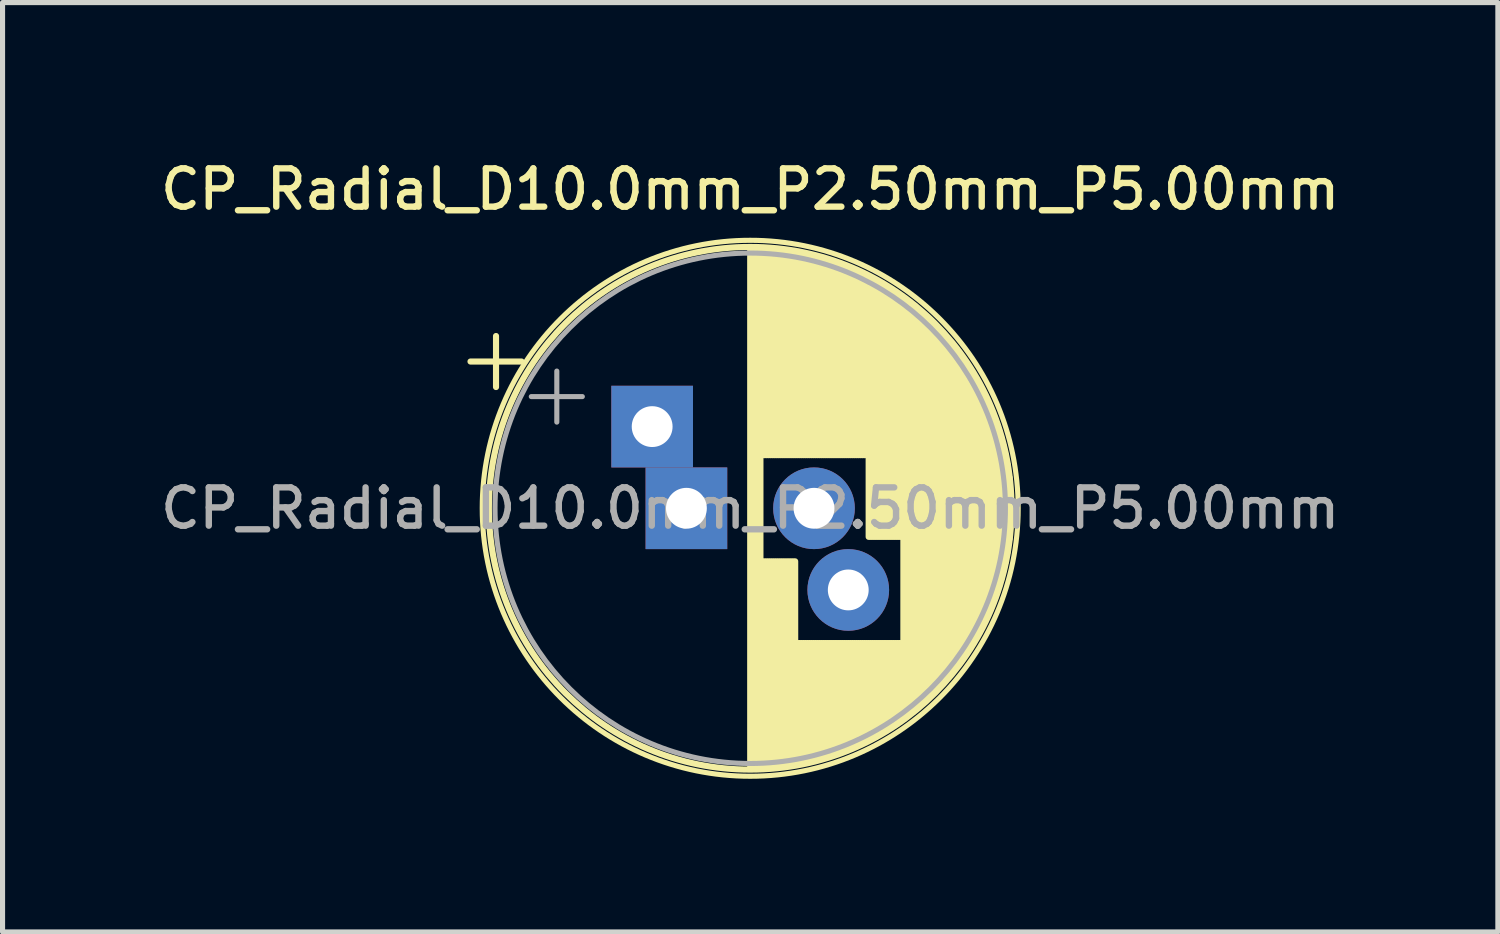
<source format=kicad_pcb>
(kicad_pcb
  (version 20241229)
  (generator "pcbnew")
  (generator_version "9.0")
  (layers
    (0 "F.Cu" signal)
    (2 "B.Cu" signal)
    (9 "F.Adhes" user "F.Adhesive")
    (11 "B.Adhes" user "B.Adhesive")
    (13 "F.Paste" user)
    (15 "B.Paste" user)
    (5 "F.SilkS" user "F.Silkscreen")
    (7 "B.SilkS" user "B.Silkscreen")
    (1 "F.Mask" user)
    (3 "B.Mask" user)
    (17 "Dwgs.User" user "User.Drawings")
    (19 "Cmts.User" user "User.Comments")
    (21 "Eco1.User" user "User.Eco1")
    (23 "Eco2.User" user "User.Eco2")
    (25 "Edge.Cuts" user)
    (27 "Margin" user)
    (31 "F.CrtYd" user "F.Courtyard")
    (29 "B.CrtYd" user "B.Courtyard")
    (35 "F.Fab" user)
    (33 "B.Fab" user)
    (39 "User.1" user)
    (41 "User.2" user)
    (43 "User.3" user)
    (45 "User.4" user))
  (footprint "CP_Radial_D10.0mm_P2.50mm_P5.00mm"
    (layer "F.Cu")
    (at 10.398 6.908)
    (property "Reference" "CP_Radial_D10.0mm_P2.50mm_P5.00mm" (at 1.25 -6.25 0) (layer "F.SilkS") (effects (font (size 0.75 0.75) (thickness 0.125))))
    (attr through_hole)
    (fp_line (start -4.23 -2.875) (end -3.23 -2.875) (stroke (width 0.12) (type solid)) (layer "F.SilkS"))
    (fp_line (start -3.73 -3.375) (end -3.73 -2.375) (stroke (width 0.12) (type solid)) (layer "F.SilkS"))
    (fp_line (start 1.25 -5.08) (end 1.25 5.08) (stroke (width 0.12) (type solid)) (layer "F.SilkS"))
    (fp_line (start 1.29 -5.08) (end 1.29 5.08) (stroke (width 0.12) (type solid)) (layer "F.SilkS"))
    (fp_line (start 1.33 -5.08) (end 1.33 5.08) (stroke (width 0.12) (type solid)) (layer "F.SilkS"))
    (fp_line (start 1.37 -5.079) (end 1.37 5.079) (stroke (width 0.12) (type solid)) (layer "F.SilkS"))
    (fp_line (start 1.41 -5.078) (end 1.41 5.078) (stroke (width 0.12) (type solid)) (layer "F.SilkS"))
    (fp_line (start 1.45 -5.077) (end 1.45 5.077) (stroke (width 0.12) (type solid)) (layer "F.SilkS"))
    (fp_line (start 1.49 -5.075) (end 1.49 -1.04) (stroke (width 0.12) (type solid)) (layer "F.SilkS"))
    (fp_line (start 1.49 1.04) (end 1.49 5.075) (stroke (width 0.12) (type solid)) (layer "F.SilkS"))
    (fp_line (start 1.53 -5.073) (end 1.53 -1.04) (stroke (width 0.12) (type solid)) (layer "F.SilkS"))
    (fp_line (start 1.53 1.04) (end 1.53 5.073) (stroke (width 0.12) (type solid)) (layer "F.SilkS"))
    (fp_line (start 1.57 -5.07) (end 1.57 -1.04) (stroke (width 0.12) (type solid)) (layer "F.SilkS"))
    (fp_line (start 1.57 1.04) (end 1.57 5.07) (stroke (width 0.12) (type solid)) (layer "F.SilkS"))
    (fp_line (start 1.61 -5.068) (end 1.61 -1.04) (stroke (width 0.12) (type solid)) (layer "F.SilkS"))
    (fp_line (start 1.61 1.04) (end 1.61 5.068) (stroke (width 0.12) (type solid)) (layer "F.SilkS"))
    (fp_line (start 1.65 -5.065) (end 1.65 -1.04) (stroke (width 0.12) (type solid)) (layer "F.SilkS"))
    (fp_line (start 1.65 1.04) (end 1.65 5.065) (stroke (width 0.12) (type solid)) (layer "F.SilkS"))
    (fp_line (start 1.69 -5.062) (end 1.69 -1.04) (stroke (width 0.12) (type solid)) (layer "F.SilkS"))
    (fp_line (start 1.69 1.04) (end 1.69 5.062) (stroke (width 0.12) (type solid)) (layer "F.SilkS"))
    (fp_line (start 1.73 -5.058) (end 1.73 -1.04) (stroke (width 0.12) (type solid)) (layer "F.SilkS"))
    (fp_line (start 1.73 1.04) (end 1.73 5.058) (stroke (width 0.12) (type solid)) (layer "F.SilkS"))
    (fp_line (start 1.77 -5.054) (end 1.77 -1.04) (stroke (width 0.12) (type solid)) (layer "F.SilkS"))
    (fp_line (start 1.77 1.04) (end 1.77 5.054) (stroke (width 0.12) (type solid)) (layer "F.SilkS"))
    (fp_line (start 1.81 -5.05) (end 1.81 -1.04) (stroke (width 0.12) (type solid)) (layer "F.SilkS"))
    (fp_line (start 1.81 1.04) (end 1.81 5.05) (stroke (width 0.12) (type solid)) (layer "F.SilkS"))
    (fp_line (start 1.85 -5.045) (end 1.85 -1.04) (stroke (width 0.12) (type solid)) (layer "F.SilkS"))
    (fp_line (start 1.85 1.04) (end 1.85 5.045) (stroke (width 0.12) (type solid)) (layer "F.SilkS"))
    (fp_line (start 1.89 -5.04) (end 1.89 -1.04) (stroke (width 0.12) (type solid)) (layer "F.SilkS"))
    (fp_line (start 1.89 1.04) (end 1.89 5.04) (stroke (width 0.12) (type solid)) (layer "F.SilkS"))
    (fp_line (start 1.93 -5.035) (end 1.93 -1.04) (stroke (width 0.12) (type solid)) (layer "F.SilkS"))
    (fp_line (start 1.93 1.04) (end 1.93 5.035) (stroke (width 0.12) (type solid)) (layer "F.SilkS"))
    (fp_line (start 1.971 -5.03) (end 1.971 -1.04) (stroke (width 0.12) (type solid)) (layer "F.SilkS"))
    (fp_line (start 1.971 1.04) (end 1.971 5.03) (stroke (width 0.12) (type solid)) (layer "F.SilkS"))
    (fp_line (start 2.011 -5.024) (end 2.011 -1.04) (stroke (width 0.12) (type solid)) (layer "F.SilkS"))
    (fp_line (start 2.011 1.04) (end 2.011 5.024) (stroke (width 0.12) (type solid)) (layer "F.SilkS"))
    (fp_line (start 2.051 -5.018) (end 2.051 -1.04) (stroke (width 0.12) (type solid)) (layer "F.SilkS"))
    (fp_line (start 2.051 1.04) (end 2.051 5.018) (stroke (width 0.12) (type solid)) (layer "F.SilkS"))
    (fp_line (start 2.091 -5.011) (end 2.091 -1.04) (stroke (width 0.12) (type solid)) (layer "F.SilkS"))
    (fp_line (start 2.091 1.04) (end 2.091 5.011) (stroke (width 0.12) (type solid)) (layer "F.SilkS"))
    (fp_line (start 2.131 -5.004) (end 2.131 -1.04) (stroke (width 0.12) (type solid)) (layer "F.SilkS"))
    (fp_line (start 2.131 1.04) (end 2.131 5.004) (stroke (width 0.12) (type solid)) (layer "F.SilkS"))
    (fp_line (start 2.171 -4.997) (end 2.171 -1.04) (stroke (width 0.12) (type solid)) (layer "F.SilkS"))
    (fp_line (start 2.171 2.64) (end 2.171 4.997) (stroke (width 0.12) (type solid)) (layer "F.SilkS"))
    (fp_line (start 2.211 -4.99) (end 2.211 -1.04) (stroke (width 0.12) (type solid)) (layer "F.SilkS"))
    (fp_line (start 2.211 2.64) (end 2.211 4.99) (stroke (width 0.12) (type solid)) (layer "F.SilkS"))
    (fp_line (start 2.251 -4.982) (end 2.251 -1.04) (stroke (width 0.12) (type solid)) (layer "F.SilkS"))
    (fp_line (start 2.251 2.64) (end 2.251 4.982) (stroke (width 0.12) (type solid)) (layer "F.SilkS"))
    (fp_line (start 2.291 -4.974) (end 2.291 -1.04) (stroke (width 0.12) (type solid)) (layer "F.SilkS"))
    (fp_line (start 2.291 2.64) (end 2.291 4.974) (stroke (width 0.12) (type solid)) (layer "F.SilkS"))
    (fp_line (start 2.331 -4.965) (end 2.331 -1.04) (stroke (width 0.12) (type solid)) (layer "F.SilkS"))
    (fp_line (start 2.331 2.64) (end 2.331 4.965) (stroke (width 0.12) (type solid)) (layer "F.SilkS"))
    (fp_line (start 2.371 -4.956) (end 2.371 -1.04) (stroke (width 0.12) (type solid)) (layer "F.SilkS"))
    (fp_line (start 2.371 2.64) (end 2.371 4.956) (stroke (width 0.12) (type solid)) (layer "F.SilkS"))
    (fp_line (start 2.411 -4.947) (end 2.411 -1.04) (stroke (width 0.12) (type solid)) (layer "F.SilkS"))
    (fp_line (start 2.411 2.64) (end 2.411 4.947) (stroke (width 0.12) (type solid)) (layer "F.SilkS"))
    (fp_line (start 2.451 -4.938) (end 2.451 -1.04) (stroke (width 0.12) (type solid)) (layer "F.SilkS"))
    (fp_line (start 2.451 2.64) (end 2.451 4.938) (stroke (width 0.12) (type solid)) (layer "F.SilkS"))
    (fp_line (start 2.491 -4.928) (end 2.491 -1.04) (stroke (width 0.12) (type solid)) (layer "F.SilkS"))
    (fp_line (start 2.491 2.64) (end 2.491 4.928) (stroke (width 0.12) (type solid)) (layer "F.SilkS"))
    (fp_line (start 2.531 -4.918) (end 2.531 -1.04) (stroke (width 0.12) (type solid)) (layer "F.SilkS"))
    (fp_line (start 2.531 2.64) (end 2.531 4.918) (stroke (width 0.12) (type solid)) (layer "F.SilkS"))
    (fp_line (start 2.571 -4.907) (end 2.571 -1.04) (stroke (width 0.12) (type solid)) (layer "F.SilkS"))
    (fp_line (start 2.571 2.64) (end 2.571 4.907) (stroke (width 0.12) (type solid)) (layer "F.SilkS"))
    (fp_line (start 2.611 -4.897) (end 2.611 -1.04) (stroke (width 0.12) (type solid)) (layer "F.SilkS"))
    (fp_line (start 2.611 2.64) (end 2.611 4.897) (stroke (width 0.12) (type solid)) (layer "F.SilkS"))
    (fp_line (start 2.651 -4.885) (end 2.651 -1.04) (stroke (width 0.12) (type solid)) (layer "F.SilkS"))
    (fp_line (start 2.651 2.64) (end 2.651 4.885) (stroke (width 0.12) (type solid)) (layer "F.SilkS"))
    (fp_line (start 2.691 -4.874) (end 2.691 -1.04) (stroke (width 0.12) (type solid)) (layer "F.SilkS"))
    (fp_line (start 2.691 2.64) (end 2.691 4.874) (stroke (width 0.12) (type solid)) (layer "F.SilkS"))
    (fp_line (start 2.731 -4.862) (end 2.731 -1.04) (stroke (width 0.12) (type solid)) (layer "F.SilkS"))
    (fp_line (start 2.731 2.64) (end 2.731 4.862) (stroke (width 0.12) (type solid)) (layer "F.SilkS"))
    (fp_line (start 2.771 -4.85) (end 2.771 -1.04) (stroke (width 0.12) (type solid)) (layer "F.SilkS"))
    (fp_line (start 2.771 2.64) (end 2.771 4.85) (stroke (width 0.12) (type solid)) (layer "F.SilkS"))
    (fp_line (start 2.811 -4.837) (end 2.811 -1.04) (stroke (width 0.12) (type solid)) (layer "F.SilkS"))
    (fp_line (start 2.811 2.64) (end 2.811 4.837) (stroke (width 0.12) (type solid)) (layer "F.SilkS"))
    (fp_line (start 2.851 -4.824) (end 2.851 -1.04) (stroke (width 0.12) (type solid)) (layer "F.SilkS"))
    (fp_line (start 2.851 2.64) (end 2.851 4.824) (stroke (width 0.12) (type solid)) (layer "F.SilkS"))
    (fp_line (start 2.891 -4.811) (end 2.891 -1.04) (stroke (width 0.12) (type solid)) (layer "F.SilkS"))
    (fp_line (start 2.891 2.64) (end 2.891 4.811) (stroke (width 0.12) (type solid)) (layer "F.SilkS"))
    (fp_line (start 2.931 -4.797) (end 2.931 -1.04) (stroke (width 0.12) (type solid)) (layer "F.SilkS"))
    (fp_line (start 2.931 2.64) (end 2.931 4.797) (stroke (width 0.12) (type solid)) (layer "F.SilkS"))
    (fp_line (start 2.971 -4.783) (end 2.971 -1.04) (stroke (width 0.12) (type solid)) (layer "F.SilkS"))
    (fp_line (start 2.971 2.64) (end 2.971 4.783) (stroke (width 0.12) (type solid)) (layer "F.SilkS"))
    (fp_line (start 3.011 -4.768) (end 3.011 -1.04) (stroke (width 0.12) (type solid)) (layer "F.SilkS"))
    (fp_line (start 3.011 2.64) (end 3.011 4.768) (stroke (width 0.12) (type solid)) (layer "F.SilkS"))
    (fp_line (start 3.051 -4.754) (end 3.051 -1.04) (stroke (width 0.12) (type solid)) (layer "F.SilkS"))
    (fp_line (start 3.051 2.64) (end 3.051 4.754) (stroke (width 0.12) (type solid)) (layer "F.SilkS"))
    (fp_line (start 3.091 -4.738) (end 3.091 -1.04) (stroke (width 0.12) (type solid)) (layer "F.SilkS"))
    (fp_line (start 3.091 2.64) (end 3.091 4.738) (stroke (width 0.12) (type solid)) (layer "F.SilkS"))
    (fp_line (start 3.131 -4.723) (end 3.131 -1.04) (stroke (width 0.12) (type solid)) (layer "F.SilkS"))
    (fp_line (start 3.131 2.64) (end 3.131 4.723) (stroke (width 0.12) (type solid)) (layer "F.SilkS"))
    (fp_line (start 3.171 -4.707) (end 3.171 -1.04) (stroke (width 0.12) (type solid)) (layer "F.SilkS"))
    (fp_line (start 3.171 2.64) (end 3.171 4.707) (stroke (width 0.12) (type solid)) (layer "F.SilkS"))
    (fp_line (start 3.211 -4.69) (end 3.211 -1.04) (stroke (width 0.12) (type solid)) (layer "F.SilkS"))
    (fp_line (start 3.211 2.64) (end 3.211 4.69) (stroke (width 0.12) (type solid)) (layer "F.SilkS"))
    (fp_line (start 3.251 -4.674) (end 3.251 -1.04) (stroke (width 0.12) (type solid)) (layer "F.SilkS"))
    (fp_line (start 3.251 2.64) (end 3.251 4.674) (stroke (width 0.12) (type solid)) (layer "F.SilkS"))
    (fp_line (start 3.291 -4.657) (end 3.291 -1.04) (stroke (width 0.12) (type solid)) (layer "F.SilkS"))
    (fp_line (start 3.291 2.64) (end 3.291 4.657) (stroke (width 0.12) (type solid)) (layer "F.SilkS"))
    (fp_line (start 3.331 -4.639) (end 3.331 -1.04) (stroke (width 0.12) (type solid)) (layer "F.SilkS"))
    (fp_line (start 3.331 2.64) (end 3.331 4.639) (stroke (width 0.12) (type solid)) (layer "F.SilkS"))
    (fp_line (start 3.371 -4.621) (end 3.371 -1.04) (stroke (width 0.12) (type solid)) (layer "F.SilkS"))
    (fp_line (start 3.371 2.64) (end 3.371 4.621) (stroke (width 0.12) (type solid)) (layer "F.SilkS"))
    (fp_line (start 3.411 -4.603) (end 3.411 -1.04) (stroke (width 0.12) (type solid)) (layer "F.SilkS"))
    (fp_line (start 3.411 2.64) (end 3.411 4.603) (stroke (width 0.12) (type solid)) (layer "F.SilkS"))
    (fp_line (start 3.451 -4.584) (end 3.451 -1.04) (stroke (width 0.12) (type solid)) (layer "F.SilkS"))
    (fp_line (start 3.451 2.64) (end 3.451 4.584) (stroke (width 0.12) (type solid)) (layer "F.SilkS"))
    (fp_line (start 3.491 -4.564) (end 3.491 -1.04) (stroke (width 0.12) (type solid)) (layer "F.SilkS"))
    (fp_line (start 3.491 2.64) (end 3.491 4.564) (stroke (width 0.12) (type solid)) (layer "F.SilkS"))
    (fp_line (start 3.531 -4.545) (end 3.531 -1.04) (stroke (width 0.12) (type solid)) (layer "F.SilkS"))
    (fp_line (start 3.531 2.64) (end 3.531 4.545) (stroke (width 0.12) (type solid)) (layer "F.SilkS"))
    (fp_line (start 3.571 -4.525) (end 3.571 0.56) (stroke (width 0.12) (type solid)) (layer "F.SilkS"))
    (fp_line (start 3.571 2.64) (end 3.571 4.525) (stroke (width 0.12) (type solid)) (layer "F.SilkS"))
    (fp_line (start 3.611 -4.504) (end 3.611 0.56) (stroke (width 0.12) (type solid)) (layer "F.SilkS"))
    (fp_line (start 3.611 2.64) (end 3.611 4.504) (stroke (width 0.12) (type solid)) (layer "F.SilkS"))
    (fp_line (start 3.651 -4.483) (end 3.651 0.56) (stroke (width 0.12) (type solid)) (layer "F.SilkS"))
    (fp_line (start 3.651 2.64) (end 3.651 4.483) (stroke (width 0.12) (type solid)) (layer "F.SilkS"))
    (fp_line (start 3.691 -4.462) (end 3.691 0.56) (stroke (width 0.12) (type solid)) (layer "F.SilkS"))
    (fp_line (start 3.691 2.64) (end 3.691 4.462) (stroke (width 0.12) (type solid)) (layer "F.SilkS"))
    (fp_line (start 3.731 -4.44) (end 3.731 0.56) (stroke (width 0.12) (type solid)) (layer "F.SilkS"))
    (fp_line (start 3.731 2.64) (end 3.731 4.44) (stroke (width 0.12) (type solid)) (layer "F.SilkS"))
    (fp_line (start 3.771 -4.417) (end 3.771 0.56) (stroke (width 0.12) (type solid)) (layer "F.SilkS"))
    (fp_line (start 3.771 2.64) (end 3.771 4.417) (stroke (width 0.12) (type solid)) (layer "F.SilkS"))
    (fp_line (start 3.811 -4.395) (end 3.811 0.56) (stroke (width 0.12) (type solid)) (layer "F.SilkS"))
    (fp_line (start 3.811 2.64) (end 3.811 4.395) (stroke (width 0.12) (type solid)) (layer "F.SilkS"))
    (fp_line (start 3.851 -4.371) (end 3.851 0.56) (stroke (width 0.12) (type solid)) (layer "F.SilkS"))
    (fp_line (start 3.851 2.64) (end 3.851 4.371) (stroke (width 0.12) (type solid)) (layer "F.SilkS"))
    (fp_line (start 3.891 -4.347) (end 3.891 0.56) (stroke (width 0.12) (type solid)) (layer "F.SilkS"))
    (fp_line (start 3.891 2.64) (end 3.891 4.347) (stroke (width 0.12) (type solid)) (layer "F.SilkS"))
    (fp_line (start 3.931 -4.323) (end 3.931 0.56) (stroke (width 0.12) (type solid)) (layer "F.SilkS"))
    (fp_line (start 3.931 2.64) (end 3.931 4.323) (stroke (width 0.12) (type solid)) (layer "F.SilkS"))
    (fp_line (start 3.971 -4.298) (end 3.971 0.56) (stroke (width 0.12) (type solid)) (layer "F.SilkS"))
    (fp_line (start 3.971 2.64) (end 3.971 4.298) (stroke (width 0.12) (type solid)) (layer "F.SilkS"))
    (fp_line (start 4.011 -4.273) (end 4.011 0.56) (stroke (width 0.12) (type solid)) (layer "F.SilkS"))
    (fp_line (start 4.011 2.64) (end 4.011 4.273) (stroke (width 0.12) (type solid)) (layer "F.SilkS"))
    (fp_line (start 4.051 -4.247) (end 4.051 0.56) (stroke (width 0.12) (type solid)) (layer "F.SilkS"))
    (fp_line (start 4.051 2.64) (end 4.051 4.247) (stroke (width 0.12) (type solid)) (layer "F.SilkS"))
    (fp_line (start 4.091 -4.221) (end 4.091 0.56) (stroke (width 0.12) (type solid)) (layer "F.SilkS"))
    (fp_line (start 4.091 2.64) (end 4.091 4.221) (stroke (width 0.12) (type solid)) (layer "F.SilkS"))
    (fp_line (start 4.131 -4.194) (end 4.131 0.56) (stroke (width 0.12) (type solid)) (layer "F.SilkS"))
    (fp_line (start 4.131 2.64) (end 4.131 4.194) (stroke (width 0.12) (type solid)) (layer "F.SilkS"))
    (fp_line (start 4.171 -4.166) (end 4.171 0.56) (stroke (width 0.12) (type solid)) (layer "F.SilkS"))
    (fp_line (start 4.171 2.64) (end 4.171 4.166) (stroke (width 0.12) (type solid)) (layer "F.SilkS"))
    (fp_line (start 4.211 -4.138) (end 4.211 0.56) (stroke (width 0.12) (type solid)) (layer "F.SilkS"))
    (fp_line (start 4.211 2.64) (end 4.211 4.138) (stroke (width 0.12) (type solid)) (layer "F.SilkS"))
    (fp_line (start 4.251 -4.11) (end 4.251 4.11) (stroke (width 0.12) (type solid)) (layer "F.SilkS"))
    (fp_line (start 4.291 -4.08) (end 4.291 4.08) (stroke (width 0.12) (type solid)) (layer "F.SilkS"))
    (fp_line (start 4.331 -4.05) (end 4.331 4.05) (stroke (width 0.12) (type solid)) (layer "F.SilkS"))
    (fp_line (start 4.371 -4.02) (end 4.371 4.02) (stroke (width 0.12) (type solid)) (layer "F.SilkS"))
    (fp_line (start 4.411 -3.989) (end 4.411 3.989) (stroke (width 0.12) (type solid)) (layer "F.SilkS"))
    (fp_line (start 4.451 -3.957) (end 4.451 3.957) (stroke (width 0.12) (type solid)) (layer "F.SilkS"))
    (fp_line (start 4.491 -3.925) (end 4.491 3.925) (stroke (width 0.12) (type solid)) (layer "F.SilkS"))
    (fp_line (start 4.531 -3.892) (end 4.531 3.892) (stroke (width 0.12) (type solid)) (layer "F.SilkS"))
    (fp_line (start 4.571 -3.858) (end 4.571 3.858) (stroke (width 0.12) (type solid)) (layer "F.SilkS"))
    (fp_line (start 4.611 -3.824) (end 4.611 3.824) (stroke (width 0.12) (type solid)) (layer "F.SilkS"))
    (fp_line (start 4.651 -3.789) (end 4.651 3.789) (stroke (width 0.12) (type solid)) (layer "F.SilkS"))
    (fp_line (start 4.691 -3.753) (end 4.691 3.753) (stroke (width 0.12) (type solid)) (layer "F.SilkS"))
    (fp_line (start 4.731 -3.716) (end 4.731 3.716) (stroke (width 0.12) (type solid)) (layer "F.SilkS"))
    (fp_line (start 4.771 -3.679) (end 4.771 3.679) (stroke (width 0.12) (type solid)) (layer "F.SilkS"))
    (fp_line (start 4.811 -3.64) (end 4.811 3.64) (stroke (width 0.12) (type solid)) (layer "F.SilkS"))
    (fp_line (start 4.851 -3.601) (end 4.851 3.601) (stroke (width 0.12) (type solid)) (layer "F.SilkS"))
    (fp_line (start 4.891 -3.561) (end 4.891 3.561) (stroke (width 0.12) (type solid)) (layer "F.SilkS"))
    (fp_line (start 4.931 -3.52) (end 4.931 3.52) (stroke (width 0.12) (type solid)) (layer "F.SilkS"))
    (fp_line (start 4.971 -3.478) (end 4.971 3.478) (stroke (width 0.12) (type solid)) (layer "F.SilkS"))
    (fp_line (start 5.011 -3.436) (end 5.011 3.436) (stroke (width 0.12) (type solid)) (layer "F.SilkS"))
    (fp_line (start 5.051 -3.392) (end 5.051 3.392) (stroke (width 0.12) (type solid)) (layer "F.SilkS"))
    (fp_line (start 5.091 -3.347) (end 5.091 3.347) (stroke (width 0.12) (type solid)) (layer "F.SilkS"))
    (fp_line (start 5.131 -3.301) (end 5.131 3.301) (stroke (width 0.12) (type solid)) (layer "F.SilkS"))
    (fp_line (start 5.171 -3.254) (end 5.171 3.254) (stroke (width 0.12) (type solid)) (layer "F.SilkS"))
    (fp_line (start 5.211 -3.206) (end 5.211 3.206) (stroke (width 0.12) (type solid)) (layer "F.SilkS"))
    (fp_line (start 5.251 -3.156) (end 5.251 3.156) (stroke (width 0.12) (type solid)) (layer "F.SilkS"))
    (fp_line (start 5.291 -3.106) (end 5.291 3.106) (stroke (width 0.12) (type solid)) (layer "F.SilkS"))
    (fp_line (start 5.331 -3.054) (end 5.331 3.054) (stroke (width 0.12) (type solid)) (layer "F.SilkS"))
    (fp_line (start 5.371 -3) (end 5.371 3) (stroke (width 0.12) (type solid)) (layer "F.SilkS"))
    (fp_line (start 5.411 -2.945) (end 5.411 2.945) (stroke (width 0.12) (type solid)) (layer "F.SilkS"))
    (fp_line (start 5.451 -2.889) (end 5.451 2.889) (stroke (width 0.12) (type solid)) (layer "F.SilkS"))
    (fp_line (start 5.491 -2.83) (end 5.491 2.83) (stroke (width 0.12) (type solid)) (layer "F.SilkS"))
    (fp_line (start 5.531 -2.77) (end 5.531 2.77) (stroke (width 0.12) (type solid)) (layer "F.SilkS"))
    (fp_line (start 5.571 -2.709) (end 5.571 2.709) (stroke (width 0.12) (type solid)) (layer "F.SilkS"))
    (fp_line (start 5.611 -2.645) (end 5.611 2.645) (stroke (width 0.12) (type solid)) (layer "F.SilkS"))
    (fp_line (start 5.651 -2.579) (end 5.651 2.579) (stroke (width 0.12) (type solid)) (layer "F.SilkS"))
    (fp_line (start 5.691 -2.51) (end 5.691 2.51) (stroke (width 0.12) (type solid)) (layer "F.SilkS"))
    (fp_line (start 5.731 -2.439) (end 5.731 2.439) (stroke (width 0.12) (type solid)) (layer "F.SilkS"))
    (fp_line (start 5.771 -2.365) (end 5.771 2.365) (stroke (width 0.12) (type solid)) (layer "F.SilkS"))
    (fp_line (start 5.811 -2.289) (end 5.811 2.289) (stroke (width 0.12) (type solid)) (layer "F.SilkS"))
    (fp_line (start 5.851 -2.209) (end 5.851 2.209) (stroke (width 0.12) (type solid)) (layer "F.SilkS"))
    (fp_line (start 5.891 -2.125) (end 5.891 2.125) (stroke (width 0.12) (type solid)) (layer "F.SilkS"))
    (fp_line (start 5.931 -2.037) (end 5.931 2.037) (stroke (width 0.12) (type solid)) (layer "F.SilkS"))
    (fp_line (start 5.971 -1.944) (end 5.971 1.944) (stroke (width 0.12) (type solid)) (layer "F.SilkS"))
    (fp_line (start 6.011 -1.846) (end 6.011 1.846) (stroke (width 0.12) (type solid)) (layer "F.SilkS"))
    (fp_line (start 6.051 -1.742) (end 6.051 1.742) (stroke (width 0.12) (type solid)) (layer "F.SilkS"))
    (fp_line (start 6.091 -1.63) (end 6.091 1.63) (stroke (width 0.12) (type solid)) (layer "F.SilkS"))
    (fp_line (start 6.131 -1.51) (end 6.131 1.51) (stroke (width 0.12) (type solid)) (layer "F.SilkS"))
    (fp_line (start 6.171 -1.378) (end 6.171 1.378) (stroke (width 0.12) (type solid)) (layer "F.SilkS"))
    (fp_line (start 6.211 -1.23) (end 6.211 1.23) (stroke (width 0.12) (type solid)) (layer "F.SilkS"))
    (fp_line (start 6.251 -1.062) (end 6.251 1.062) (stroke (width 0.12) (type solid)) (layer "F.SilkS"))
    (fp_line (start 6.291 -0.862) (end 6.291 0.862) (stroke (width 0.12) (type solid)) (layer "F.SilkS"))
    (fp_line (start 6.331 -0.599) (end 6.331 0.599) (stroke (width 0.12) (type solid)) (layer "F.SilkS"))
    (fp_circle (center 1.25 0) (end 6.37 0) (stroke (width 0.12) (type solid)) (fill no) (layer "F.SilkS"))
    (fp_circle (center 1.25 0) (end 6.5 0) (stroke (width 0.1) (type solid)) (fill no) (layer "F.SilkS"))
    (fp_line (start -3.039 -2.188) (end -2.039 -2.188) (stroke (width 0.1) (type solid)) (layer "F.Fab"))
    (fp_line (start -2.539 -2.688) (end -2.539 -1.688) (stroke (width 0.1) (type solid)) (layer "F.Fab"))
    (fp_circle (center 1.25 0) (end 6.25 0) (stroke (width 0.1) (type solid)) (fill no) (layer "F.Fab"))
    (fp_text user "${REFERENCE}" (at 1.25 0 0) (layer "F.Fab") (effects (font (size 0.75 0.75) (thickness 0.125))))
    (pad "1" thru_hole rect (at -0.671 -1.6) (size 1.6 1.6) (drill 0.8) (layers "*.Cu" "*.Mask"))
    (pad "1" thru_hole rect (at 0 0) (size 1.6 1.6) (drill 0.8) (layers "*.Cu" "*.Mask"))
    (pad "2" thru_hole circle (at 2.5 0) (size 1.6 1.6) (drill 0.8) (layers "*.Cu" "*.Mask"))
    (pad "2" thru_hole circle (at 3.171 1.6) (size 1.6 1.6) (drill 0.8) (layers "*.Cu" "*.Mask")))
  (gr_rect
    (start -3 -3)
    (end 26.296 15.208)
    (stroke (width 0.1) (type default))
    (fill no)
    (layer "Edge.Cuts")))
</source>
